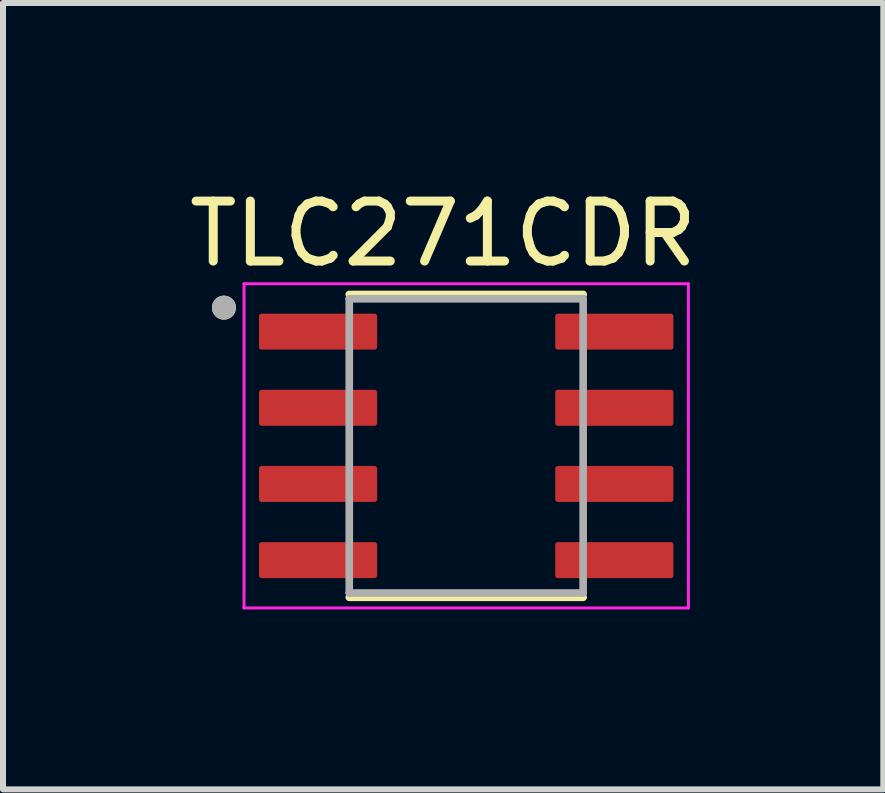
<source format=kicad_pcb>
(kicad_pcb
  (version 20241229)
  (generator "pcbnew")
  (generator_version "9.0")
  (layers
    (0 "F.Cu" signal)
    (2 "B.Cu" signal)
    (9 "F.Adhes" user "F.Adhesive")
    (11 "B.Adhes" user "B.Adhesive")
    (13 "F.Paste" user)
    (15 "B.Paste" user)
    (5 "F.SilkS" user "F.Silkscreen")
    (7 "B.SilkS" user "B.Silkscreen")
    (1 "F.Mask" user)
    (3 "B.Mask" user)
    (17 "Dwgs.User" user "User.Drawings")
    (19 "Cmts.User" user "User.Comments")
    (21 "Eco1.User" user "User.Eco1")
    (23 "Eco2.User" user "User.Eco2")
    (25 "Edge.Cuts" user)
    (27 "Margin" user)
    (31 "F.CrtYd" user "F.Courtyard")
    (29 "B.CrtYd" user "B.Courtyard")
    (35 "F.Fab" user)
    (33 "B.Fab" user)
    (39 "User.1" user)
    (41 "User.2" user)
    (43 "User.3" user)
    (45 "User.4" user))
  (footprint "TLC271CDR"
    (layer "F.Cu")
    (at 4.724 4.385)
    (property "Reference" "TLC271CDR" (at -0.385 -3.537 0) (layer "F.SilkS") (effects (font (size 1 1) (thickness 0.15))))
    (attr smd)
    (fp_line (start -1.95 -2.525) (end 1.95 -2.525) (stroke (width 0.127) (type solid)) (layer "F.SilkS"))
    (fp_line (start -1.95 2.525) (end 1.95 2.525) (stroke (width 0.127) (type solid)) (layer "F.SilkS"))
    (fp_circle (center -4.04 -2.305) (end -3.94 -2.305) (stroke (width 0.2) (type solid)) (fill no) (layer "F.SilkS"))
    (fp_line (start -3.705 -2.703) (end -3.705 2.703) (stroke (width 0.05) (type solid)) (layer "F.CrtYd"))
    (fp_line (start -3.705 -2.703) (end 3.705 -2.703) (stroke (width 0.05) (type solid)) (layer "F.CrtYd"))
    (fp_line (start -3.705 2.703) (end 3.705 2.703) (stroke (width 0.05) (type solid)) (layer "F.CrtYd"))
    (fp_line (start 3.705 -2.703) (end 3.705 2.703) (stroke (width 0.05) (type solid)) (layer "F.CrtYd"))
    (fp_line (start -1.95 -2.453) (end -1.95 2.453) (stroke (width 0.127) (type solid)) (layer "F.Fab"))
    (fp_line (start -1.95 -2.453) (end 1.95 -2.453) (stroke (width 0.127) (type solid)) (layer "F.Fab"))
    (fp_line (start -1.95 2.453) (end 1.95 2.453) (stroke (width 0.127) (type solid)) (layer "F.Fab"))
    (fp_line (start 1.95 -2.453) (end 1.95 2.453) (stroke (width 0.127) (type solid)) (layer "F.Fab"))
    (fp_circle (center -4.04 -2.305) (end -3.94 -2.305) (stroke (width 0.2) (type solid)) (fill no) (layer "F.Fab"))
    (pad "1" smd roundrect (at -2.47 -1.905) (size 1.97 0.6) (layers "F.Cu" "F.Mask" "F.Paste") (roundrect_rratio 0.07))
    (pad "2" smd roundrect (at -2.47 -0.635) (size 1.97 0.6) (layers "F.Cu" "F.Mask" "F.Paste") (roundrect_rratio 0.07))
    (pad "3" smd roundrect (at -2.47 0.635) (size 1.97 0.6) (layers "F.Cu" "F.Mask" "F.Paste") (roundrect_rratio 0.07))
    (pad "4" smd roundrect (at -2.47 1.905) (size 1.97 0.6) (layers "F.Cu" "F.Mask" "F.Paste") (roundrect_rratio 0.07))
    (pad "5" smd roundrect (at 2.47 1.905) (size 1.97 0.6) (layers "F.Cu" "F.Mask" "F.Paste") (roundrect_rratio 0.07))
    (pad "6" smd roundrect (at 2.47 0.635) (size 1.97 0.6) (layers "F.Cu" "F.Mask" "F.Paste") (roundrect_rratio 0.07))
    (pad "7" smd roundrect (at 2.47 -0.635) (size 1.97 0.6) (layers "F.Cu" "F.Mask" "F.Paste") (roundrect_rratio 0.07))
    (pad "8" smd roundrect (at 2.47 -1.905) (size 1.97 0.6) (layers "F.Cu" "F.Mask" "F.Paste") (roundrect_rratio 0.07)))
  (gr_rect
    (start -3 -3)
    (end 11.679 10.113)
    (stroke (width 0.1) (type default))
    (fill no)
    (layer "Edge.Cuts")))
</source>
